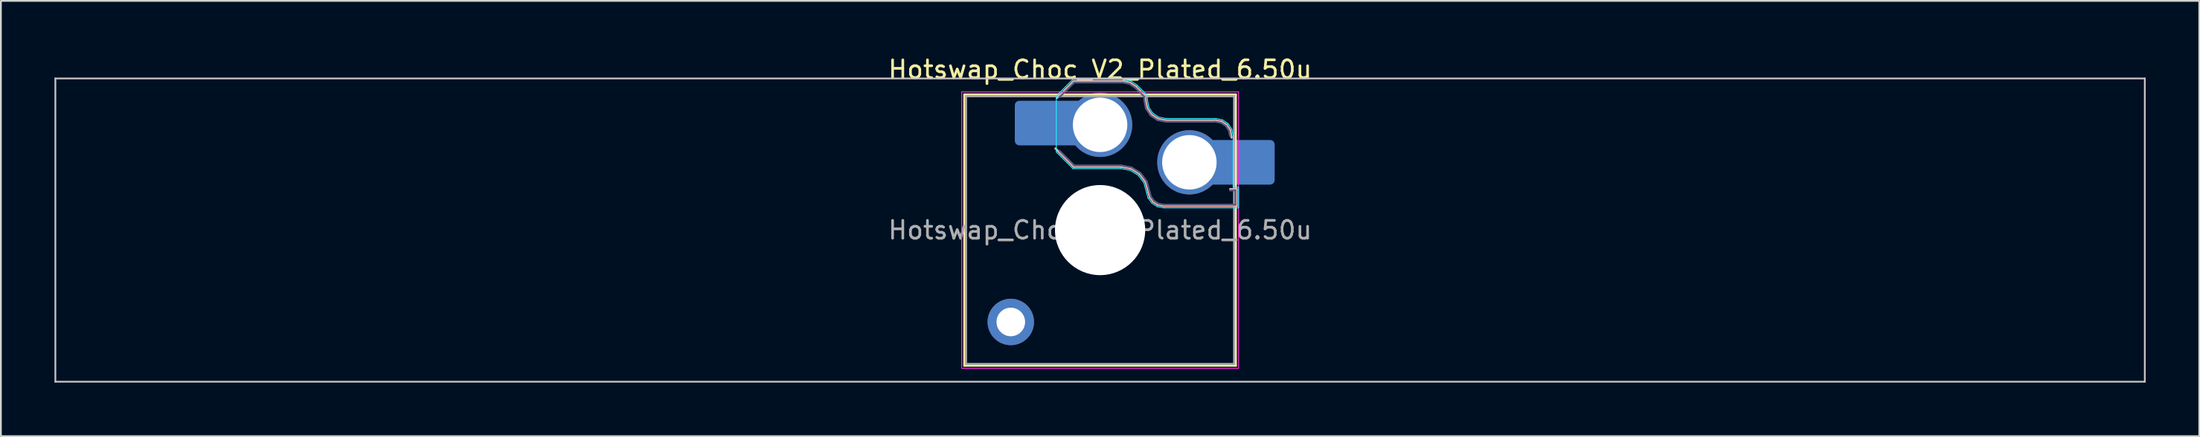
<source format=kicad_pcb>
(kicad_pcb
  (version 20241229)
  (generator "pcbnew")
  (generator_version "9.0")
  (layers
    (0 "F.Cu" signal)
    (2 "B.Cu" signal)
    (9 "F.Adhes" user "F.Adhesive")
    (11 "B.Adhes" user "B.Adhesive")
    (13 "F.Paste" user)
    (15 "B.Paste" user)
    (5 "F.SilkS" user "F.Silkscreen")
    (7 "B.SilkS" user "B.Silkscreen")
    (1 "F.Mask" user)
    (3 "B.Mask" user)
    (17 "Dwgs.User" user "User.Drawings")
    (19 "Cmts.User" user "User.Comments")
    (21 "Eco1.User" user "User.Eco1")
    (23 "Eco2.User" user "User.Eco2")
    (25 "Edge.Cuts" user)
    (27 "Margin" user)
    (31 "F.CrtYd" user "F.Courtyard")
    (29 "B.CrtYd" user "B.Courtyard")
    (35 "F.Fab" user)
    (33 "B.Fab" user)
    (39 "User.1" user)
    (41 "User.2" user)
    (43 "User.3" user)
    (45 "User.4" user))
  (footprint "Hotswap_Choc_V2_Plated_6.50u"
    (layer "F.Cu")
    (at 58.55 9.848)
    (property "Reference" "Hotswap_Choc_V2_Plated_6.50u" (at 0 -9 0) (layer "F.SilkS") (effects (font (size 1 1) (thickness 0.15))))
    (attr smd allow_soldermask_bridges)
    (fp_line (start -7.6 -7.6) (end -7.6 7.6) (stroke (width 0.12) (type solid)) (layer "F.SilkS"))
    (fp_line (start -7.6 7.6) (end 7.6 7.6) (stroke (width 0.12) (type solid)) (layer "F.SilkS"))
    (fp_line (start 7.6 -7.6) (end -7.6 -7.6) (stroke (width 0.12) (type solid)) (layer "F.SilkS"))
    (fp_line (start 7.6 7.6) (end 7.6 -7.6) (stroke (width 0.12) (type solid)) (layer "F.SilkS"))
    (fp_line (start -2.416 -7.409) (end -1.479 -8.346) (stroke (width 0.12) (type solid)) (layer "B.SilkS"))
    (fp_line (start -1.479 -8.346) (end 1.268 -8.346) (stroke (width 0.12) (type solid)) (layer "B.SilkS"))
    (fp_line (start -1.479 -3.554) (end -2.5 -4.575) (stroke (width 0.12) (type solid)) (layer "B.SilkS"))
    (fp_line (start 1.168 -3.554) (end -1.479 -3.554) (stroke (width 0.12) (type solid)) (layer "B.SilkS"))
    (fp_line (start 1.268 -8.346) (end 1.671 -8.266) (stroke (width 0.12) (type solid)) (layer "B.SilkS"))
    (fp_line (start 1.671 -8.266) (end 2.013 -8.037) (stroke (width 0.12) (type solid)) (layer "B.SilkS"))
    (fp_line (start 1.73 -3.449) (end 1.168 -3.554) (stroke (width 0.12) (type solid)) (layer "B.SilkS"))
    (fp_line (start 2.013 -8.037) (end 2.546 -7.504) (stroke (width 0.12) (type solid)) (layer "B.SilkS"))
    (fp_line (start 2.209 -3.15) (end 1.73 -3.449) (stroke (width 0.12) (type solid)) (layer "B.SilkS"))
    (fp_line (start 2.546 -7.504) (end 2.546 -7.282) (stroke (width 0.12) (type solid)) (layer "B.SilkS"))
    (fp_line (start 2.546 -7.282) (end 2.633 -6.844) (stroke (width 0.12) (type solid)) (layer "B.SilkS"))
    (fp_line (start 2.547 -2.697) (end 2.209 -3.15) (stroke (width 0.12) (type solid)) (layer "B.SilkS"))
    (fp_line (start 2.633 -6.844) (end 2.877 -6.477) (stroke (width 0.12) (type solid)) (layer "B.SilkS"))
    (fp_line (start 2.701 -2.139) (end 2.547 -2.697) (stroke (width 0.12) (type solid)) (layer "B.SilkS"))
    (fp_line (start 2.783 -1.841) (end 2.701 -2.139) (stroke (width 0.12) (type solid)) (layer "B.SilkS"))
    (fp_line (start 2.877 -6.477) (end 3.244 -6.233) (stroke (width 0.12) (type solid)) (layer "B.SilkS"))
    (fp_line (start 2.976 -1.583) (end 2.783 -1.841) (stroke (width 0.12) (type solid)) (layer "B.SilkS"))
    (fp_line (start 3.244 -6.233) (end 3.682 -6.146) (stroke (width 0.12) (type solid)) (layer "B.SilkS"))
    (fp_line (start 3.25 -1.413) (end 2.976 -1.583) (stroke (width 0.12) (type solid)) (layer "B.SilkS"))
    (fp_line (start 3.56 -1.354) (end 3.25 -1.413) (stroke (width 0.12) (type solid)) (layer "B.SilkS"))
    (fp_line (start 3.682 -6.146) (end 6.482 -6.146) (stroke (width 0.12) (type solid)) (layer "B.SilkS"))
    (fp_line (start 6.482 -6.146) (end 6.809 -6.081) (stroke (width 0.12) (type solid)) (layer "B.SilkS"))
    (fp_line (start 6.809 -6.081) (end 7.092 -5.892) (stroke (width 0.12) (type solid)) (layer "B.SilkS"))
    (fp_line (start 7.092 -5.892) (end 7.281 -5.609) (stroke (width 0.12) (type solid)) (layer "B.SilkS"))
    (fp_line (start 7.281 -5.609) (end 7.366 -5.182) (stroke (width 0.12) (type solid)) (layer "B.SilkS"))
    (fp_line (start 7.283 -2.296) (end 7.646 -2.296) (stroke (width 0.12) (type solid)) (layer "B.SilkS"))
    (fp_line (start 7.646 -2.296) (end 7.646 -1.354) (stroke (width 0.12) (type solid)) (layer "B.SilkS"))
    (fp_line (start 7.646 -1.354) (end 3.56 -1.354) (stroke (width 0.12) (type solid)) (layer "B.SilkS"))
    (fp_line (start -58.5 -8.5) (end -58.5 8.5) (stroke (width 0.1) (type solid)) (layer "Dwgs.User"))
    (fp_line (start -58.5 8.5) (end 58.5 8.5) (stroke (width 0.1) (type solid)) (layer "Dwgs.User"))
    (fp_line (start 58.5 -8.5) (end -58.5 -8.5) (stroke (width 0.1) (type solid)) (layer "Dwgs.User"))
    (fp_line (start 58.5 8.5) (end 58.5 -8.5) (stroke (width 0.1) (type solid)) (layer "Dwgs.User"))
    (fp_line (start -7.25 -7.25) (end -7.25 7.25) (stroke (width 0.1) (type solid)) (layer "Eco1.User"))
    (fp_line (start -7.25 7.25) (end 7.25 7.25) (stroke (width 0.1) (type solid)) (layer "Eco1.User"))
    (fp_line (start 7.25 -7.25) (end -7.25 -7.25) (stroke (width 0.1) (type solid)) (layer "Eco1.User"))
    (fp_line (start 7.25 7.25) (end 7.25 -7.25) (stroke (width 0.1) (type solid)) (layer "Eco1.User"))
    (fp_line (start -2.452 -7.523) (end -1.523 -8.452) (stroke (width 0.05) (type solid)) (layer "B.CrtYd"))
    (fp_line (start -2.452 -4.377) (end -2.452 -7.523) (stroke (width 0.05) (type solid)) (layer "B.CrtYd"))
    (fp_line (start -1.523 -8.452) (end 1.278 -8.452) (stroke (width 0.05) (type solid)) (layer "B.CrtYd"))
    (fp_line (start -1.523 -3.448) (end -2.452 -4.377) (stroke (width 0.05) (type solid)) (layer "B.CrtYd"))
    (fp_line (start 1.159 -3.448) (end -1.523 -3.448) (stroke (width 0.05) (type solid)) (layer "B.CrtYd"))
    (fp_line (start 1.278 -8.452) (end 1.712 -8.366) (stroke (width 0.05) (type solid)) (layer "B.CrtYd"))
    (fp_line (start 1.691 -3.348) (end 1.159 -3.448) (stroke (width 0.05) (type solid)) (layer "B.CrtYd"))
    (fp_line (start 1.712 -8.366) (end 2.081 -8.119) (stroke (width 0.05) (type solid)) (layer "B.CrtYd"))
    (fp_line (start 2.081 -8.119) (end 2.652 -7.548) (stroke (width 0.05) (type solid)) (layer "B.CrtYd"))
    (fp_line (start 2.136 -3.071) (end 1.691 -3.348) (stroke (width 0.05) (type solid)) (layer "B.CrtYd"))
    (fp_line (start 2.45 -2.65) (end 2.136 -3.071) (stroke (width 0.05) (type solid)) (layer "B.CrtYd"))
    (fp_line (start 2.599 -2.111) (end 2.45 -2.65) (stroke (width 0.05) (type solid)) (layer "B.CrtYd"))
    (fp_line (start 2.652 -7.548) (end 2.652 -7.292) (stroke (width 0.05) (type solid)) (layer "B.CrtYd"))
    (fp_line (start 2.652 -7.292) (end 2.733 -6.885) (stroke (width 0.05) (type solid)) (layer "B.CrtYd"))
    (fp_line (start 2.687 -1.794) (end 2.599 -2.111) (stroke (width 0.05) (type solid)) (layer "B.CrtYd"))
    (fp_line (start 2.733 -6.885) (end 2.953 -6.553) (stroke (width 0.05) (type solid)) (layer "B.CrtYd"))
    (fp_line (start 2.903 -1.503) (end 2.687 -1.794) (stroke (width 0.05) (type solid)) (layer "B.CrtYd"))
    (fp_line (start 2.953 -6.553) (end 3.285 -6.333) (stroke (width 0.05) (type solid)) (layer "B.CrtYd"))
    (fp_line (start 3.211 -1.312) (end 2.903 -1.503) (stroke (width 0.05) (type solid)) (layer "B.CrtYd"))
    (fp_line (start 3.285 -6.333) (end 3.692 -6.252) (stroke (width 0.05) (type solid)) (layer "B.CrtYd"))
    (fp_line (start 3.55 -1.248) (end 3.211 -1.312) (stroke (width 0.05) (type solid)) (layer "B.CrtYd"))
    (fp_line (start 3.692 -6.252) (end 6.492 -6.252) (stroke (width 0.05) (type solid)) (layer "B.CrtYd"))
    (fp_line (start 6.492 -6.252) (end 6.85 -6.181) (stroke (width 0.05) (type solid)) (layer "B.CrtYd"))
    (fp_line (start 6.85 -6.181) (end 7.168 -5.968) (stroke (width 0.05) (type solid)) (layer "B.CrtYd"))
    (fp_line (start 7.168 -5.968) (end 7.381 -5.65) (stroke (width 0.05) (type solid)) (layer "B.CrtYd"))
    (fp_line (start 7.381 -5.65) (end 7.452 -5.292) (stroke (width 0.05) (type solid)) (layer "B.CrtYd"))
    (fp_line (start 7.452 -5.292) (end 7.452 -2.402) (stroke (width 0.05) (type solid)) (layer "B.CrtYd"))
    (fp_line (start 7.452 -2.402) (end 7.752 -2.402) (stroke (width 0.05) (type solid)) (layer "B.CrtYd"))
    (fp_line (start 7.752 -2.402) (end 7.752 -1.248) (stroke (width 0.05) (type solid)) (layer "B.CrtYd"))
    (fp_line (start 7.752 -1.248) (end 3.55 -1.248) (stroke (width 0.05) (type solid)) (layer "B.CrtYd"))
    (fp_line (start -7.75 -7.75) (end -7.75 7.75) (stroke (width 0.05) (type solid)) (layer "F.CrtYd"))
    (fp_line (start -7.75 7.75) (end 7.75 7.75) (stroke (width 0.05) (type solid)) (layer "F.CrtYd"))
    (fp_line (start 7.75 -7.75) (end -7.75 -7.75) (stroke (width 0.05) (type solid)) (layer "F.CrtYd"))
    (fp_line (start 7.75 7.75) (end 7.75 -7.75) (stroke (width 0.05) (type solid)) (layer "F.CrtYd"))
    (fp_line (start -2.275 -7.45) (end -1.45 -8.275) (stroke (width 0.1) (type solid)) (layer "B.Fab"))
    (fp_line (start -1.45 -8.275) (end 1.261 -8.275) (stroke (width 0.1) (type solid)) (layer "B.Fab"))
    (fp_line (start -1.45 -3.625) (end -2.275 -4.45) (stroke (width 0.1) (type solid)) (layer "B.Fab"))
    (fp_line (start 1.175 -3.625) (end -1.45 -3.625) (stroke (width 0.1) (type solid)) (layer "B.Fab"))
    (fp_line (start 1.261 -8.275) (end 1.643 -8.199) (stroke (width 0.1) (type solid)) (layer "B.Fab"))
    (fp_line (start 1.643 -8.199) (end 1.968 -7.982) (stroke (width 0.1) (type solid)) (layer "B.Fab"))
    (fp_line (start 1.756 -3.516) (end 1.175 -3.625) (stroke (width 0.1) (type solid)) (layer "B.Fab"))
    (fp_line (start 1.968 -7.982) (end 2.475 -7.475) (stroke (width 0.1) (type solid)) (layer "B.Fab"))
    (fp_line (start 2.258 -3.203) (end 1.756 -3.516) (stroke (width 0.1) (type solid)) (layer "B.Fab"))
    (fp_line (start 2.475 -7.475) (end 2.475 -7.275) (stroke (width 0.1) (type solid)) (layer "B.Fab"))
    (fp_line (start 2.475 -7.275) (end 2.566 -6.816) (stroke (width 0.1) (type solid)) (layer "B.Fab"))
    (fp_line (start 2.566 -6.816) (end 2.826 -6.426) (stroke (width 0.1) (type solid)) (layer "B.Fab"))
    (fp_line (start 2.612 -2.729) (end 2.258 -3.203) (stroke (width 0.1) (type solid)) (layer "B.Fab"))
    (fp_line (start 2.769 -2.158) (end 2.612 -2.729) (stroke (width 0.1) (type solid)) (layer "B.Fab"))
    (fp_line (start 2.826 -6.426) (end 3.216 -6.166) (stroke (width 0.1) (type solid)) (layer "B.Fab"))
    (fp_line (start 2.848 -1.873) (end 2.769 -2.158) (stroke (width 0.1) (type solid)) (layer "B.Fab"))
    (fp_line (start 3.025 -1.636) (end 2.848 -1.873) (stroke (width 0.1) (type solid)) (layer "B.Fab"))
    (fp_line (start 3.216 -6.166) (end 3.675 -6.075) (stroke (width 0.1) (type solid)) (layer "B.Fab"))
    (fp_line (start 3.276 -1.48) (end 3.025 -1.636) (stroke (width 0.1) (type solid)) (layer "B.Fab"))
    (fp_line (start 3.567 -1.425) (end 3.276 -1.48) (stroke (width 0.1) (type solid)) (layer "B.Fab"))
    (fp_line (start 3.675 -6.075) (end 6.475 -6.075) (stroke (width 0.1) (type solid)) (layer "B.Fab"))
    (fp_line (start 6.475 -6.075) (end 6.781 -6.014) (stroke (width 0.1) (type solid)) (layer "B.Fab"))
    (fp_line (start 6.781 -6.014) (end 7.041 -5.841) (stroke (width 0.1) (type solid)) (layer "B.Fab"))
    (fp_line (start 7.041 -5.841) (end 7.214 -5.581) (stroke (width 0.1) (type solid)) (layer "B.Fab"))
    (fp_line (start 7.214 -5.581) (end 7.275 -5.275) (stroke (width 0.1) (type solid)) (layer "B.Fab"))
    (fp_line (start 7.275 -2.225) (end 7.575 -2.225) (stroke (width 0.1) (type solid)) (layer "B.Fab"))
    (fp_line (start 7.575 -2.225) (end 7.575 -1.425) (stroke (width 0.1) (type solid)) (layer "B.Fab"))
    (fp_line (start 7.575 -1.425) (end 3.567 -1.425) (stroke (width 0.1) (type solid)) (layer "B.Fab"))
    (fp_line (start -7.5 -7.5) (end -7.5 7.5) (stroke (width 0.1) (type solid)) (layer "F.Fab"))
    (fp_line (start -7.5 7.5) (end 7.5 7.5) (stroke (width 0.1) (type solid)) (layer "F.Fab"))
    (fp_line (start 7.5 -7.5) (end -7.5 -7.5) (stroke (width 0.1) (type solid)) (layer "F.Fab"))
    (fp_line (start 7.5 7.5) (end 7.5 -7.5) (stroke (width 0.1) (type solid)) (layer "F.Fab"))
    (fp_text user "${REFERENCE}" (at 0 0 0) (layer "F.Fab") (effects (font (size 1 1) (thickness 0.15))))
    (pad "" thru_hole circle (at -5 5.15) (size 2.6 2.6) (drill 1.6) (layers "*.Cu" "*.Mask"))
    (pad "" smd roundrect (at -3.5 -6) (size 2.55 2.5) (layers "B.Mask" "B.Paste") (roundrect_rratio 0.1))
    (pad "" np_thru_hole circle (at 0 0) (size 5.05 5.05) (drill 5.05) (layers "*.Cu" "*.Mask"))
    (pad "" smd roundrect (at 8.5 -3.8) (size 2.55 2.5) (layers "B.Mask" "B.Paste") (roundrect_rratio 0.1))
    (pad "1" smd roundrect (at -2.85 -6) (size 3.85 2.5) (layers "B.Cu") (roundrect_rratio 0.1))
    (pad "1" thru_hole circle (at 0 -5.9) (size 3.6 3.6) (drill 3.05) (layers "*.Cu" "*.Mask"))
    (pad "2" thru_hole circle (at 5 -3.8) (size 3.6 3.6) (drill 3.05) (layers "*.Cu" "*.Mask"))
    (pad "2" smd roundrect (at 7.85 -3.8) (size 3.85 2.5) (layers "B.Cu") (roundrect_rratio 0.1)))
  (gr_rect
    (start -3 -3)
    (end 120.1 21.398)
    (stroke (width 0.1) (type default))
    (fill no)
    (layer "Edge.Cuts")))
</source>
